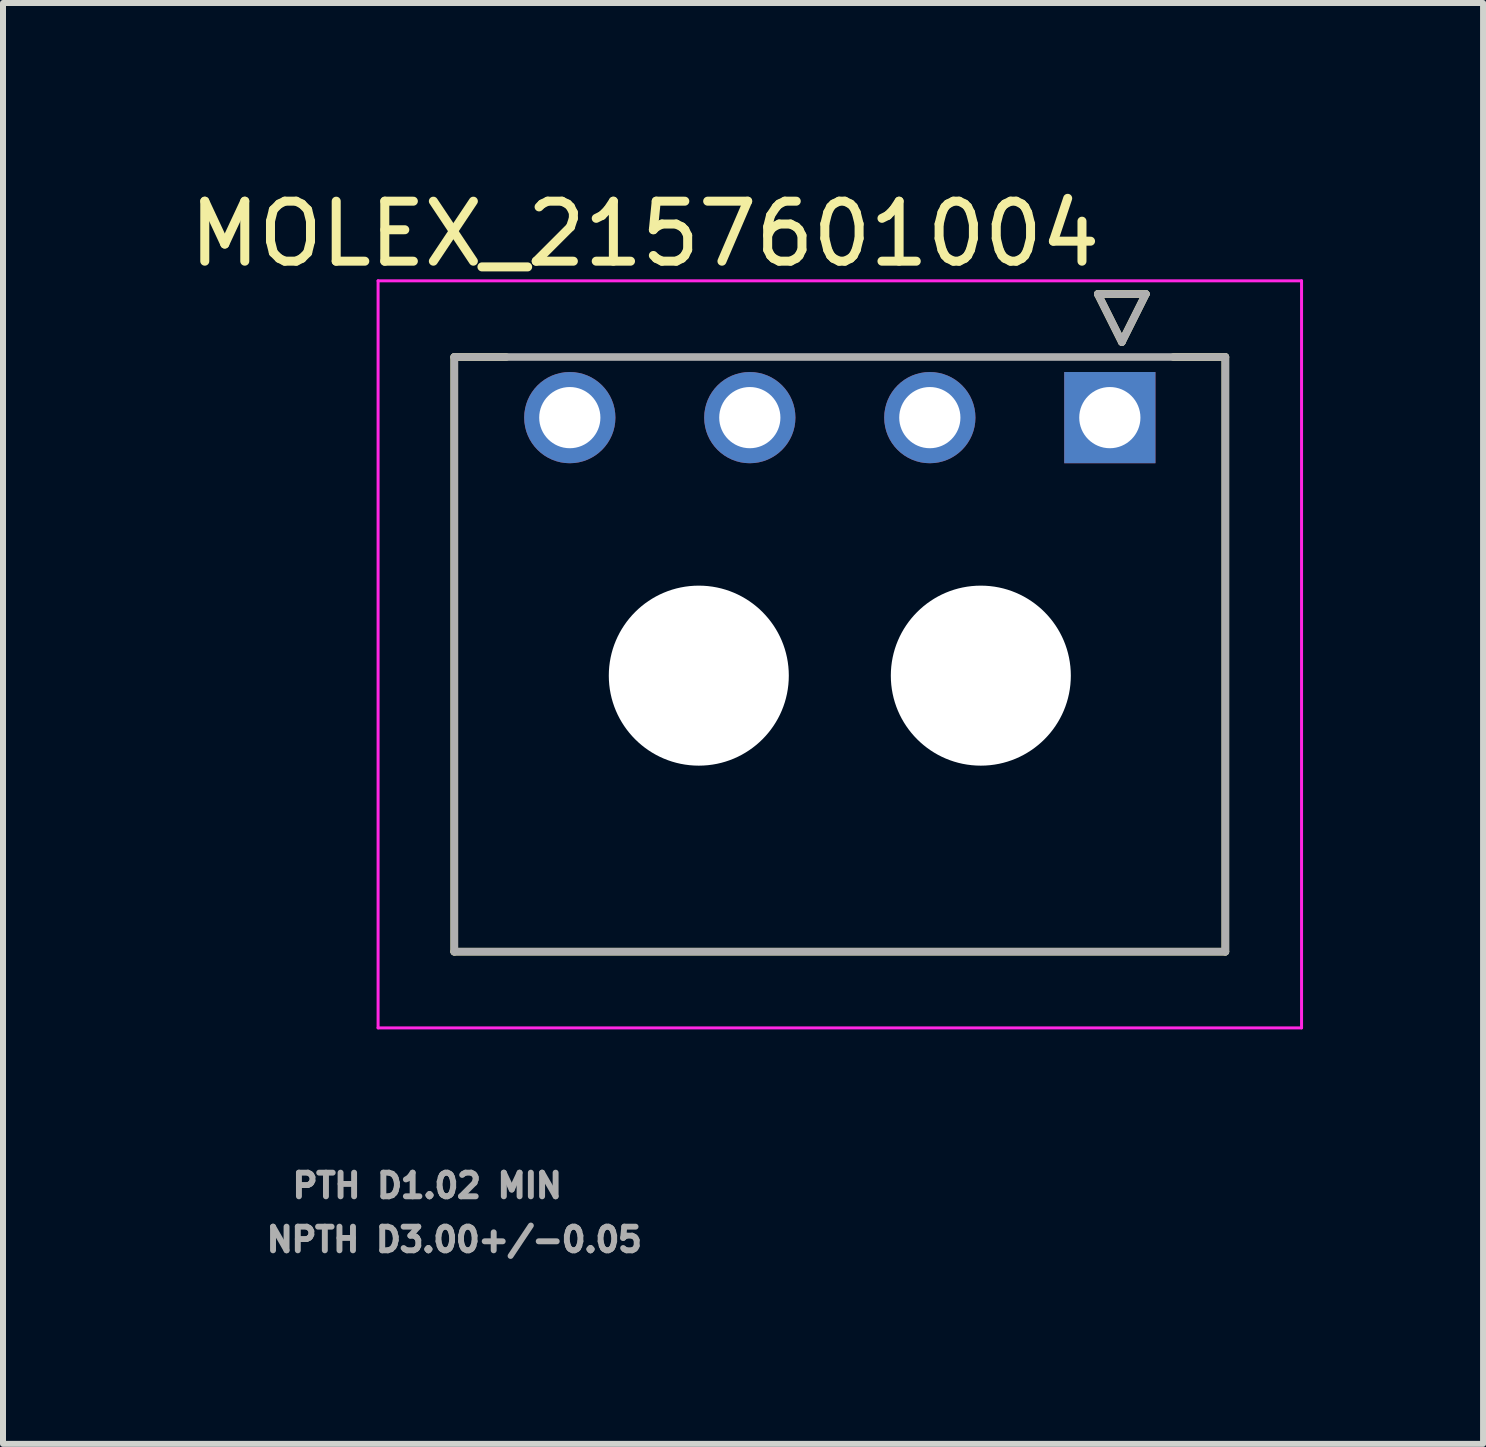
<source format=kicad_pcb>
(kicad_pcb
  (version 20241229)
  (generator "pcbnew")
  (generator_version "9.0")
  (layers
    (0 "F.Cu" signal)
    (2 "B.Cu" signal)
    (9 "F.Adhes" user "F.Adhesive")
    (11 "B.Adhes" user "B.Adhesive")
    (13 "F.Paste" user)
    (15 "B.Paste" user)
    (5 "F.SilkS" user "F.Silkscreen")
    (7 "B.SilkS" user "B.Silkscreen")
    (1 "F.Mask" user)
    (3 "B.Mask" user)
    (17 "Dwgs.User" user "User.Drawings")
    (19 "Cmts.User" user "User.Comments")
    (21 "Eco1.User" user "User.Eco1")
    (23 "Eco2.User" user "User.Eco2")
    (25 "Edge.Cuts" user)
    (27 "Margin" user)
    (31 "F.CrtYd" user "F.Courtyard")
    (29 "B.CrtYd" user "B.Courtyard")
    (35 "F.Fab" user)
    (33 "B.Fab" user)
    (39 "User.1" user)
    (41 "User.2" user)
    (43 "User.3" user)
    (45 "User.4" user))
  (footprint "MOLEX_2157601004"
    (layer "F.Cu")
    (at 15.446 3.91)
    (property "Reference" "MOLEX_2157601004" (at -7.75 -3.062 0) (layer "F.SilkS") (effects (font (size 1 1) (thickness 0.15))))
    (attr through_hole)
    (fp_circle (center -9 0) (end -8.582 0) (stroke (width 0.836) (type solid)) (fill no) (layer "F.Mask"))
    (fp_circle (center -6.85 4.3) (end -6.062 4.3) (stroke (width 1.576) (type solid)) (fill no) (layer "F.Mask"))
    (fp_circle (center -6 0) (end -5.582 0) (stroke (width 0.836) (type solid)) (fill no) (layer "F.Mask"))
    (fp_circle (center -3 0) (end -2.582 0) (stroke (width 0.836) (type solid)) (fill no) (layer "F.Mask"))
    (fp_circle (center -2.15 4.3) (end -1.362 4.3) (stroke (width 1.576) (type solid)) (fill no) (layer "F.Mask"))
    (fp_poly (pts (xy -0.836 -0.836) (xy 0.836 -0.836) (xy 0.836 0.836) (xy -0.836 0.836)) (stroke (width 0.01) (type solid)) (fill yes) (layer "F.Mask"))
    (fp_circle (center -9 0) (end -8.582 0) (stroke (width 0.836) (type solid)) (fill no) (layer "B.Mask"))
    (fp_circle (center -6.85 4.3) (end -6.062 4.3) (stroke (width 1.576) (type solid)) (fill no) (layer "B.Mask"))
    (fp_circle (center -6 0) (end -5.582 0) (stroke (width 0.836) (type solid)) (fill no) (layer "B.Mask"))
    (fp_circle (center -3 0) (end -2.582 0) (stroke (width 0.836) (type solid)) (fill no) (layer "B.Mask"))
    (fp_circle (center -2.15 4.3) (end -1.362 4.3) (stroke (width 1.576) (type solid)) (fill no) (layer "B.Mask"))
    (fp_poly (pts (xy -0.836 -0.836) (xy 0.836 -0.836) (xy 0.836 0.836) (xy -0.836 0.836)) (stroke (width 0.01) (type solid)) (fill yes) (layer "B.Mask"))
    (fp_line (start -10.925 -1.01) (end -10.925 8.9) (stroke (width 0.127) (type solid)) (layer "F.SilkS"))
    (fp_line (start -10.925 -1.01) (end -10.06 -1.01) (stroke (width 0.127) (type solid)) (layer "F.SilkS"))
    (fp_line (start -0.2 -2.06) (end 0.6 -2.06) (stroke (width 0.127) (type solid)) (layer "F.SilkS"))
    (fp_line (start 0.2 -1.26) (end -0.2 -2.06) (stroke (width 0.127) (type solid)) (layer "F.SilkS"))
    (fp_line (start 0.6 -2.06) (end 0.2 -1.26) (stroke (width 0.127) (type solid)) (layer "F.SilkS"))
    (fp_line (start 1.925 -1.01) (end 1.06 -1.01) (stroke (width 0.127) (type solid)) (layer "F.SilkS"))
    (fp_line (start 1.925 -1.01) (end 1.925 8.9) (stroke (width 0.127) (type solid)) (layer "F.SilkS"))
    (fp_line (start 1.925 8.9) (end -10.925 8.9) (stroke (width 0.127) (type solid)) (layer "F.SilkS"))
    (fp_line (start -12.195 -2.28) (end 3.195 -2.28) (stroke (width 0.05) (type solid)) (layer "F.CrtYd"))
    (fp_line (start -12.195 10.17) (end -12.195 -2.28) (stroke (width 0.05) (type solid)) (layer "F.CrtYd"))
    (fp_line (start 3.195 10.17) (end -12.195 10.17) (stroke (width 0.05) (type solid)) (layer "F.CrtYd"))
    (fp_line (start 3.195 10.17) (end 3.195 -2.28) (stroke (width 0.05) (type solid)) (layer "F.CrtYd"))
    (fp_line (start -10.925 -1.01) (end 1.925 -1.01) (stroke (width 0.127) (type solid)) (layer "F.Fab"))
    (fp_line (start -10.925 8.9) (end -10.925 -1.01) (stroke (width 0.127) (type solid)) (layer "F.Fab"))
    (fp_line (start -0.2 -2.06) (end 0.6 -2.06) (stroke (width 0.127) (type solid)) (layer "F.Fab"))
    (fp_line (start 0.2 -1.26) (end -0.2 -2.06) (stroke (width 0.127) (type solid)) (layer "F.Fab"))
    (fp_line (start 0.6 -2.06) (end 0.2 -1.26) (stroke (width 0.127) (type solid)) (layer "F.Fab"))
    (fp_line (start 1.925 8.9) (end -10.925 8.9) (stroke (width 0.127) (type solid)) (layer "F.Fab"))
    (fp_line (start 1.925 8.9) (end 1.925 -1.01) (stroke (width 0.127) (type solid)) (layer "F.Fab"))
    (fp_text user "NPTH D3.00+/-0.05" (at -10.925 13.7 0) (layer "F.Fab") (effects (font (size 0.394 0.394) (thickness 0.15))))
    (fp_text user "PTH D1.02 MIN   " (at -10.925 12.8 0) (layer "F.Fab") (effects (font (size 0.394 0.394) (thickness 0.15))))
    (pad "" np_thru_hole circle (at -6.85 4.3) (size 3 3) (drill 3) (layers "*.Cu" "*.Mask"))
    (pad "" np_thru_hole circle (at -2.15 4.3) (size 3 3) (drill 3) (layers "*.Cu" "*.Mask"))
    (pad "1" thru_hole rect (at 0 0) (size 1.52 1.52) (drill 1.02) (layers "*.Cu"))
    (pad "2" thru_hole circle (at -3 0) (size 1.52 1.52) (drill 1.02) (layers "*.Cu"))
    (pad "3" thru_hole circle (at -6 0) (size 1.52 1.52) (drill 1.02) (layers "*.Cu"))
    (pad "4" thru_hole circle (at -9 0) (size 1.52 1.52) (drill 1.02) (layers "*.Cu")))
  (gr_rect
    (start -3 -3)
    (end 21.666 21.013)
    (stroke (width 0.1) (type default))
    (fill no)
    (layer "Edge.Cuts")))
</source>
